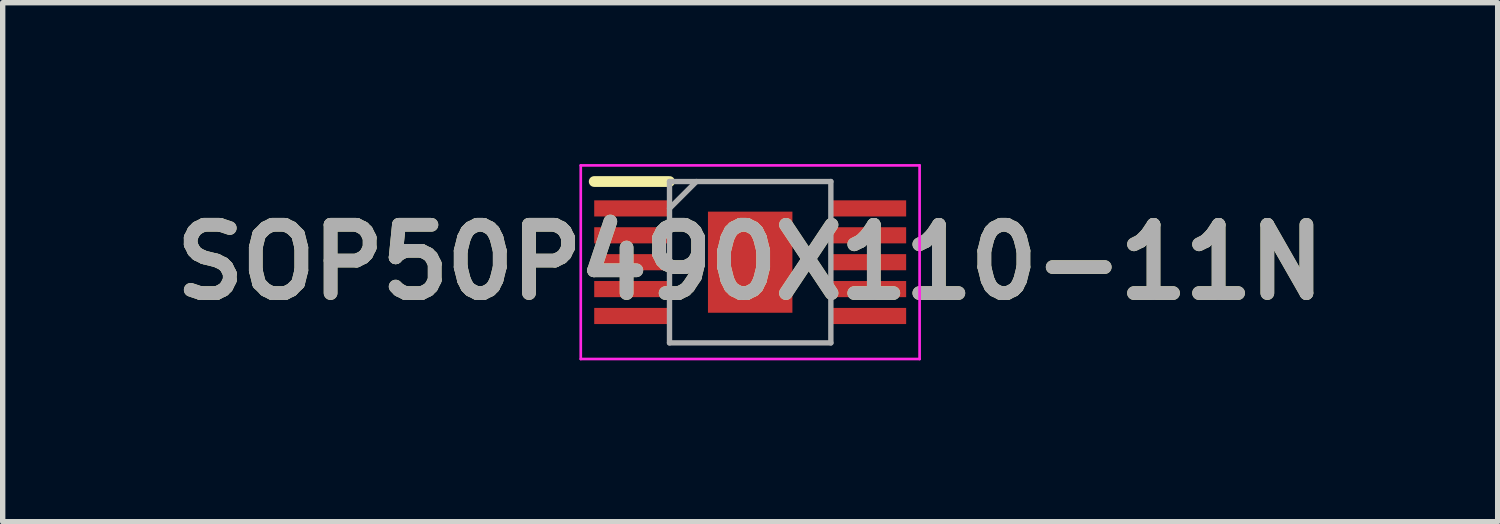
<source format=kicad_pcb>
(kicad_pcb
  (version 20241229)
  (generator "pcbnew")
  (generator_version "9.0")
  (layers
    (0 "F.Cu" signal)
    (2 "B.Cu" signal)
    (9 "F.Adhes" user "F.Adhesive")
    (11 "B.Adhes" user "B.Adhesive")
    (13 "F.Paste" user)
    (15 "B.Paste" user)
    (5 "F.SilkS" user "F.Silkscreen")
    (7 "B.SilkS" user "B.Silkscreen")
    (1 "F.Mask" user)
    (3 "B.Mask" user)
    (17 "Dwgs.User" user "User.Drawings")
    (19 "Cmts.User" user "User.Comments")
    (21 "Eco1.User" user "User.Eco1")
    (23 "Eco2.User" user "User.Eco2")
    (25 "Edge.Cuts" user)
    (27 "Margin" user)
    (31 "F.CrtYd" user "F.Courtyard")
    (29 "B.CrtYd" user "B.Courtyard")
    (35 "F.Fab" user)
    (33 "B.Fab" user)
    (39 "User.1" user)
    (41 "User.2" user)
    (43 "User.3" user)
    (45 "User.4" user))
  (footprint "SOP50P490X110-11N"
    (layer "F.Cu")
    (at 10.898 1.825)
    (property "Reference" "SOP50P490X110-11N" (at 0 0 0) (layer "F.SilkS") (effects (font (size 1.27 1.27) (thickness 0.254))))
    (attr smd)
    (fp_line (start -2.9 -1.5) (end -1.5 -1.5) (stroke (width 0.2) (type solid)) (layer "F.SilkS"))
    (fp_line (start -3.15 -1.8) (end 3.15 -1.8) (stroke (width 0.05) (type solid)) (layer "F.CrtYd"))
    (fp_line (start -3.15 1.8) (end -3.15 -1.8) (stroke (width 0.05) (type solid)) (layer "F.CrtYd"))
    (fp_line (start 3.15 -1.8) (end 3.15 1.8) (stroke (width 0.05) (type solid)) (layer "F.CrtYd"))
    (fp_line (start 3.15 1.8) (end -3.15 1.8) (stroke (width 0.05) (type solid)) (layer "F.CrtYd"))
    (fp_line (start -1.5 -1.5) (end 1.5 -1.5) (stroke (width 0.1) (type solid)) (layer "F.Fab"))
    (fp_line (start -1.5 -1) (end -1 -1.5) (stroke (width 0.1) (type solid)) (layer "F.Fab"))
    (fp_line (start -1.5 1.5) (end -1.5 -1.5) (stroke (width 0.1) (type solid)) (layer "F.Fab"))
    (fp_line (start 1.5 -1.5) (end 1.5 1.5) (stroke (width 0.1) (type solid)) (layer "F.Fab"))
    (fp_line (start 1.5 1.5) (end -1.5 1.5) (stroke (width 0.1) (type solid)) (layer "F.Fab"))
    (fp_text user "${REFERENCE}" (at 0 0 0) (layer "F.Fab") (effects (font (size 1.27 1.27) (thickness 0.254))))
    (pad "1" smd rect (at -2.2 -1 90) (size 0.3 1.4) (layers "F.Cu" "F.Mask" "F.Paste"))
    (pad "2" smd rect (at -2.2 -0.5 90) (size 0.3 1.4) (layers "F.Cu" "F.Mask" "F.Paste"))
    (pad "3" smd rect (at -2.2 0 90) (size 0.3 1.4) (layers "F.Cu" "F.Mask" "F.Paste"))
    (pad "4" smd rect (at -2.2 0.5 90) (size 0.3 1.4) (layers "F.Cu" "F.Mask" "F.Paste"))
    (pad "5" smd rect (at -2.2 1 90) (size 0.3 1.4) (layers "F.Cu" "F.Mask" "F.Paste"))
    (pad "6" smd rect (at 2.2 1 90) (size 0.3 1.4) (layers "F.Cu" "F.Mask" "F.Paste"))
    (pad "7" smd rect (at 2.2 0.5 90) (size 0.3 1.4) (layers "F.Cu" "F.Mask" "F.Paste"))
    (pad "8" smd rect (at 2.2 0 90) (size 0.3 1.4) (layers "F.Cu" "F.Mask" "F.Paste"))
    (pad "9" smd rect (at 2.2 -0.5 90) (size 0.3 1.4) (layers "F.Cu" "F.Mask" "F.Paste"))
    (pad "10" smd rect (at 2.2 -1 90) (size 0.3 1.4) (layers "F.Cu" "F.Mask" "F.Paste"))
    (pad "11" smd rect (at 0 0) (size 1.57 1.88) (layers "F.Cu" "F.Mask" "F.Paste")))
  (gr_rect
    (start -3 -3)
    (end 24.796 6.65)
    (stroke (width 0.1) (type default))
    (fill no)
    (layer "Edge.Cuts")))
</source>
